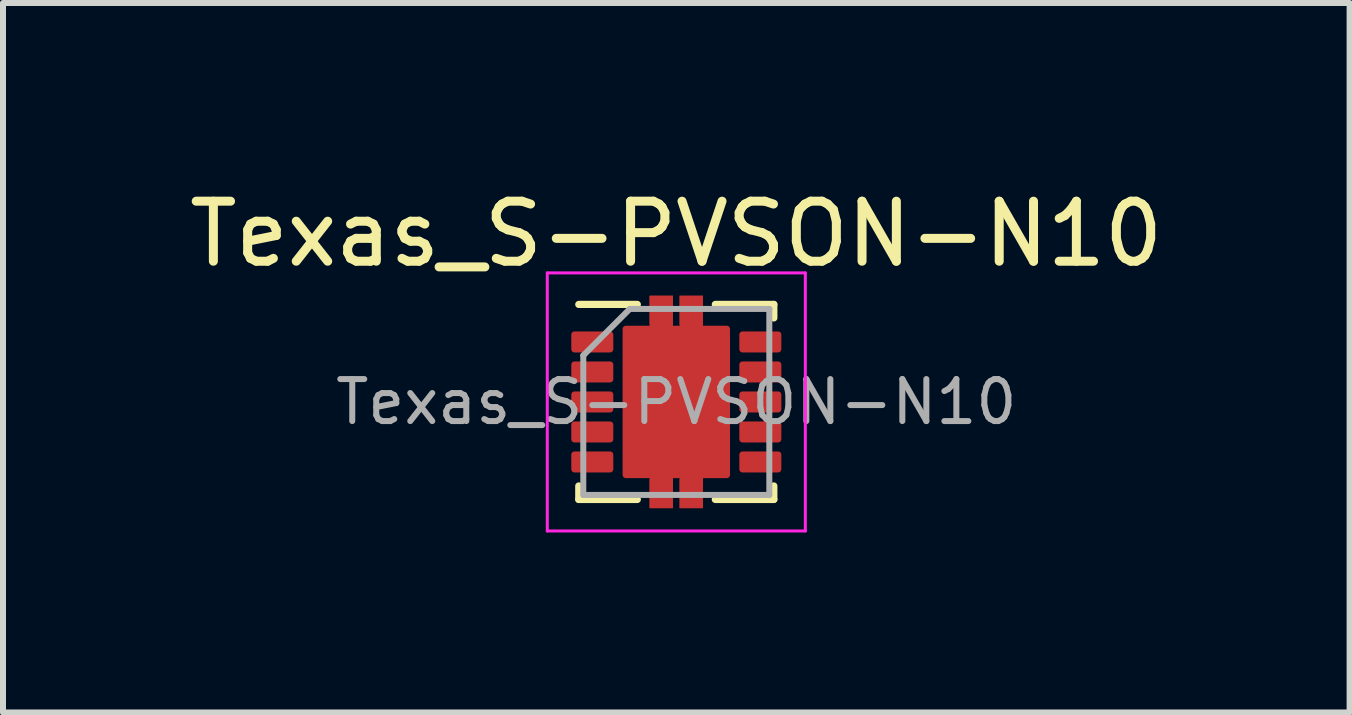
<source format=kicad_pcb>
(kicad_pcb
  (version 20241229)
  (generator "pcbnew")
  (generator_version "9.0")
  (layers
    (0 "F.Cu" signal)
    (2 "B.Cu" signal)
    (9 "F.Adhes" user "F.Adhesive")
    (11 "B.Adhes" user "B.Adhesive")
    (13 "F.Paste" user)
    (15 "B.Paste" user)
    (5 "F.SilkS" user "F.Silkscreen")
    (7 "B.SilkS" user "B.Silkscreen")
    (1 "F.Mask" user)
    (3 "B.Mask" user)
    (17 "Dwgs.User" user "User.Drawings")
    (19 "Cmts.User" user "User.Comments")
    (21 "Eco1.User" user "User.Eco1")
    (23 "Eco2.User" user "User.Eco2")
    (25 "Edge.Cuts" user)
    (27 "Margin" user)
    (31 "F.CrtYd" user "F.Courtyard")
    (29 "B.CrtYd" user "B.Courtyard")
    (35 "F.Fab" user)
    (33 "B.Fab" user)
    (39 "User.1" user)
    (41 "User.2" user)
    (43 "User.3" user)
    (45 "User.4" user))
  (footprint "Texas_S-PVSON-N10"
    (layer "F.Cu")
    (at 8.22 3.648)
    (property "Reference" "Texas_S-PVSON-N10" (at 0 -2.8 0) (layer "F.SilkS") (effects (font (size 1 1) (thickness 0.15))))
    (attr smd)
    (fp_line (start -1.625 -1.625) (end -0.65 -1.625) (stroke (width 0.12) (type solid)) (layer "F.SilkS"))
    (fp_line (start -1.625 1.625) (end -1.625 1.4) (stroke (width 0.12) (type solid)) (layer "F.SilkS"))
    (fp_line (start -1.625 1.625) (end -0.65 1.625) (stroke (width 0.12) (type solid)) (layer "F.SilkS"))
    (fp_line (start 0.65 -1.625) (end 1.625 -1.625) (stroke (width 0.12) (type solid)) (layer "F.SilkS"))
    (fp_line (start 0.65 1.625) (end 1.625 1.625) (stroke (width 0.12) (type solid)) (layer "F.SilkS"))
    (fp_line (start 1.625 -1.4) (end 1.625 -1.625) (stroke (width 0.12) (type solid)) (layer "F.SilkS"))
    (fp_line (start 1.625 1.4) (end 1.625 1.625) (stroke (width 0.12) (type solid)) (layer "F.SilkS"))
    (fp_line (start -2.15 -2.15) (end -2.15 2.15) (stroke (width 0.05) (type solid)) (layer "F.CrtYd"))
    (fp_line (start -2.15 -2.15) (end 2.15 -2.15) (stroke (width 0.05) (type solid)) (layer "F.CrtYd"))
    (fp_line (start -2.15 2.15) (end 2.15 2.15) (stroke (width 0.05) (type solid)) (layer "F.CrtYd"))
    (fp_line (start 2.15 -2.15) (end 2.15 2.15) (stroke (width 0.05) (type solid)) (layer "F.CrtYd"))
    (fp_line (start -1.55 1.55) (end -1.55 -0.775) (stroke (width 0.1) (type solid)) (layer "F.Fab"))
    (fp_line (start -0.775 -1.55) (end -1.55 -0.775) (stroke (width 0.1) (type solid)) (layer "F.Fab"))
    (fp_line (start -0.775 -1.55) (end 1.55 -1.55) (stroke (width 0.1) (type solid)) (layer "F.Fab"))
    (fp_line (start 1.55 -1.55) (end 1.55 1.55) (stroke (width 0.1) (type solid)) (layer "F.Fab"))
    (fp_line (start 1.55 1.55) (end -1.55 1.55) (stroke (width 0.1) (type solid)) (layer "F.Fab"))
    (fp_text user "${REFERENCE}" (at 0 0 0) (layer "F.Fab") (effects (font (size 0.7 0.7) (thickness 0.1))))
    (pad "1" smd roundrect (at -1.4 -1) (size 0.7 0.35) (layers "F.Cu" "F.Mask" "F.Paste") (roundrect_rratio 0.15))
    (pad "2" smd roundrect (at -1.4 -0.5) (size 0.7 0.35) (layers "F.Cu" "F.Mask" "F.Paste") (roundrect_rratio 0.15))
    (pad "3" smd roundrect (at -1.4 0) (size 0.7 0.35) (layers "F.Cu" "F.Mask" "F.Paste") (roundrect_rratio 0.15))
    (pad "4" smd roundrect (at -1.4 0.5) (size 0.7 0.35) (layers "F.Cu" "F.Mask" "F.Paste") (roundrect_rratio 0.15))
    (pad "5" smd roundrect (at -1.4 1) (size 0.7 0.35) (layers "F.Cu" "F.Mask" "F.Paste") (roundrect_rratio 0.15))
    (pad "6" smd roundrect (at 1.4 1) (size 0.7 0.35) (layers "F.Cu" "F.Mask" "F.Paste") (roundrect_rratio 0.15))
    (pad "7" smd roundrect (at 1.4 0.5) (size 0.7 0.35) (layers "F.Cu" "F.Mask" "F.Paste") (roundrect_rratio 0.15))
    (pad "8" smd roundrect (at 1.4 0) (size 0.7 0.35) (layers "F.Cu" "F.Mask" "F.Paste") (roundrect_rratio 0.15))
    (pad "9" smd roundrect (at 1.4 -0.5) (size 0.7 0.35) (layers "F.Cu" "F.Mask" "F.Paste") (roundrect_rratio 0.15))
    (pad "10" smd roundrect (at 1.4 -1) (size 0.7 0.35) (layers "F.Cu" "F.Mask" "F.Paste") (roundrect_rratio 0.15))
    (pad "11" smd rect (at -0.45 -0.635) (size 0.68 1.05) (layers "F.Cu" "F.Paste"))
    (pad "11" smd rect (at -0.45 0.635) (size 0.68 1.05) (layers "F.Cu" "F.Paste"))
    (pad "11" smd rect (at -0.25 -1.53) (size 0.39 0.48) (layers "F.Cu" "F.Paste"))
    (pad "11" smd rect (at -0.25 0) (size 0.39 3.54) (layers "F.Cu" "F.Mask"))
    (pad "11" smd rect (at -0.25 1.53) (size 0.39 0.48) (layers "F.Cu" "F.Paste"))
    (pad "11" smd roundrect (at 0 0) (size 1.79 2.54) (layers "F.Cu" "F.Mask") (roundrect_rratio 0.03))
    (pad "11" smd rect (at 0.25 -1.53) (size 0.39 0.48) (layers "F.Cu" "F.Paste"))
    (pad "11" smd rect (at 0.25 0) (size 0.39 3.54) (layers "F.Cu" "F.Mask"))
    (pad "11" smd rect (at 0.25 1.53) (size 0.39 0.48) (layers "F.Cu" "F.Paste"))
    (pad "11" smd rect (at 0.45 -0.635) (size 0.68 1.05) (layers "F.Cu" "F.Paste"))
    (pad "11" smd rect (at 0.45 0.635) (size 0.68 1.05) (layers "F.Cu" "F.Paste")))
  (gr_rect
    (start -3 -3)
    (end 19.44 8.823)
    (stroke (width 0.1) (type default))
    (fill no)
    (layer "Edge.Cuts")))
</source>
